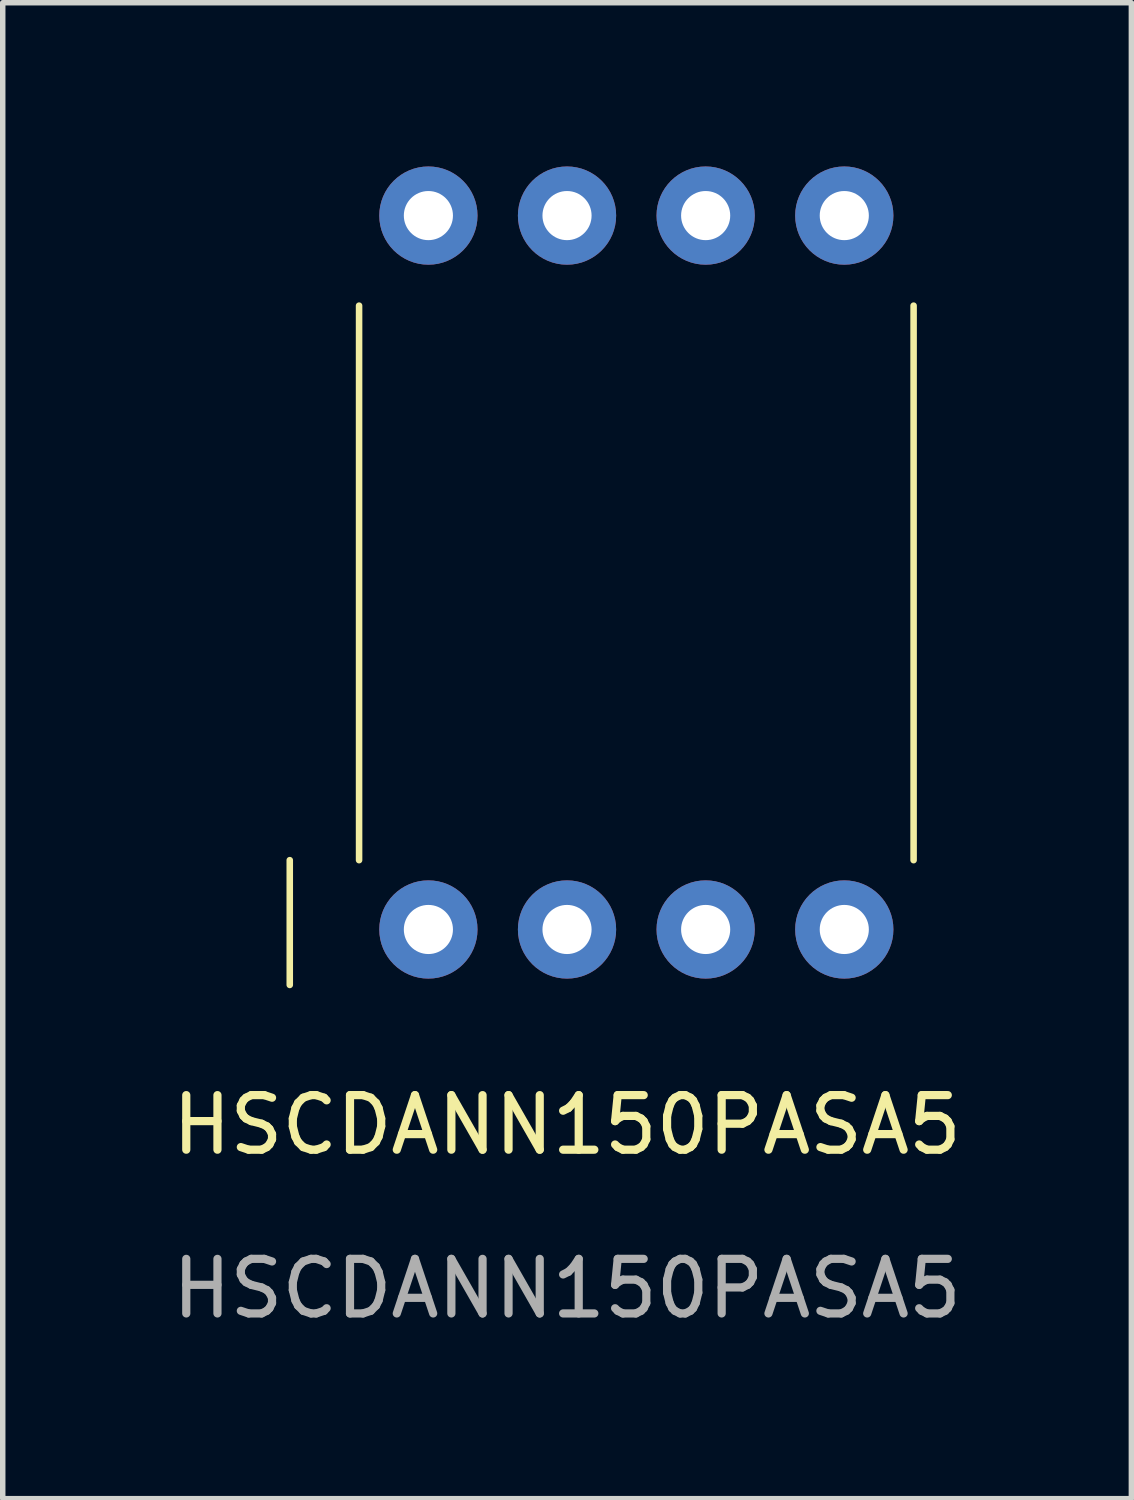
<source format=kicad_pcb>
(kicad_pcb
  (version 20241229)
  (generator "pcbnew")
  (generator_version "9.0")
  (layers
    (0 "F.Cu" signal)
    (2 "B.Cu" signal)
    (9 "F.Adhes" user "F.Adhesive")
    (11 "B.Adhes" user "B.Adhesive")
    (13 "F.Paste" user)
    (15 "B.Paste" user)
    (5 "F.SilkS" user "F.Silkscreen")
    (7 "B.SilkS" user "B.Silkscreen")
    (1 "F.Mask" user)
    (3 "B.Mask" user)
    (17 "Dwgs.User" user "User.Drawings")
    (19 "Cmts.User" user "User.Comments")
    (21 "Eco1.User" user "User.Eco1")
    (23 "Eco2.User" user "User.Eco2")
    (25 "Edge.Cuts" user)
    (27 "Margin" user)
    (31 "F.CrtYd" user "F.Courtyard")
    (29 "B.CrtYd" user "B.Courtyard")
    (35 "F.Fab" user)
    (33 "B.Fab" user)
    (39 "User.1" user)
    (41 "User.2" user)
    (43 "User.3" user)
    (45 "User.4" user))
  (footprint "HSCDANN150PASA5"
    (layer "F.Cu")
    (at 4.799 13.98)
    (property "Reference" "HSCDANN150PASA5" (at 2.54 3.58 0) (unlocked yes) (layer "F.SilkS") (effects (font (size 1 1) (thickness 0.15))))
    (attr smd)
    (fp_line (start -2.54 -1.27) (end -2.54 1.016) (stroke (width 0.12) (type default)) (layer "F.SilkS"))
    (fp_line (start -1.27 -11.43) (end -1.27 -1.27) (stroke (width 0.12) (type default)) (layer "F.SilkS"))
    (fp_line (start 8.89 -11.43) (end 8.89 -1.27) (stroke (width 0.12) (type default)) (layer "F.SilkS"))
    (fp_text user "${REFERENCE}" (at 2.54 6.58 0) (unlocked yes) (layer "F.Fab") (effects (font (size 1 1) (thickness 0.15))))
    (pad "1" thru_hole circle (at 0 0) (size 1.8 1.8) (drill 0.9) (layers "*.Cu" "*.Mask"))
    (pad "2" thru_hole circle (at 2.54 0) (size 1.8 1.8) (drill 0.9) (layers "*.Cu" "*.Mask"))
    (pad "3" thru_hole circle (at 5.08 0) (size 1.8 1.8) (drill 0.9) (layers "*.Cu" "*.Mask"))
    (pad "4" thru_hole circle (at 7.62 0) (size 1.8 1.8) (drill 0.9) (layers "*.Cu" "*.Mask"))
    (pad "5" thru_hole circle (at 7.62 -13.08) (size 1.8 1.8) (drill 0.9) (layers "*.Cu" "*.Mask"))
    (pad "6" thru_hole circle (at 5.08 -13.08) (size 1.8 1.8) (drill 0.9) (layers "*.Cu" "*.Mask"))
    (pad "7" thru_hole circle (at 2.54 -13.08) (size 1.8 1.8) (drill 0.9) (layers "*.Cu" "*.Mask"))
    (pad "8" thru_hole circle (at 0 -13.08) (size 1.8 1.8) (drill 0.9) (layers "*.Cu" "*.Mask")))
  (gr_rect
    (start -3 -3)
    (end 17.679 24.408)
    (stroke (width 0.1) (type default))
    (fill no)
    (layer "Edge.Cuts")))
</source>
